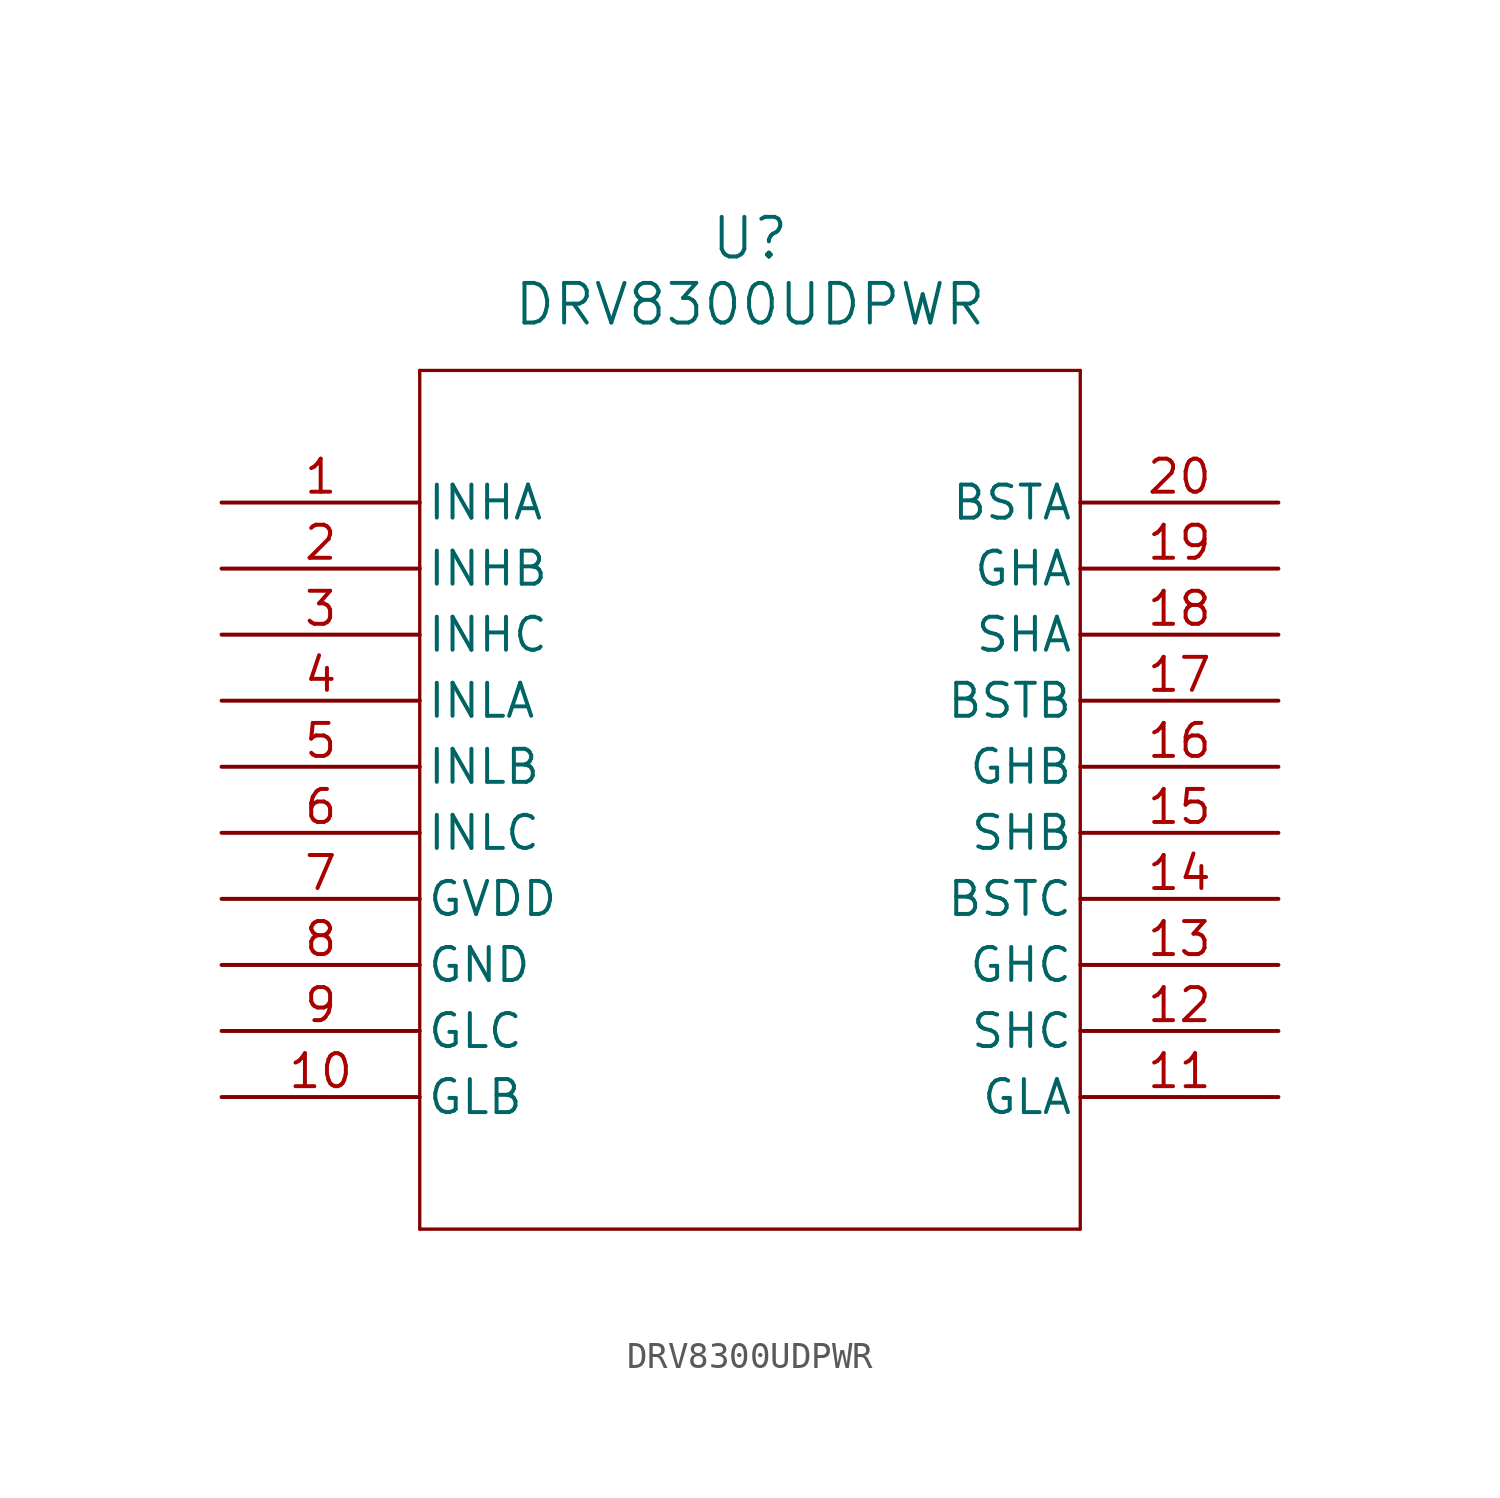
<source format=kicad_sym>
(kicad_symbol_lib
  (version 20211014)
  (generator kicad_symbol_editor)
  (symbol "DRV8300UDPWR"
    (pin_names
      (offset 0.254))
    (property "Reference" "U"
      (at 20.32 10.16 0)
      (effects (font (size 1.524 1.524))))
    (property "Value" "DRV8300UDPWR"
      (at 20.32 7.62 0)
      (effects (font (size 1.524 1.524))))
    (polyline
      (pts (xy 7.62 5.08) (xy 7.62 -27.94))
      (stroke (width 0.127) (type default) (color 0 0 0 0))
      (fill (type none)))
    (polyline
      (pts (xy 7.62 -27.94) (xy 33.02 -27.94))
      (stroke (width 0.127) (type default) (color 0 0 0 0))
      (fill (type none)))
    (polyline
      (pts (xy 33.02 -27.94) (xy 33.02 5.08))
      (stroke (width 0.127) (type default) (color 0 0 0 0))
      (fill (type none)))
    (polyline
      (pts (xy 33.02 5.08) (xy 7.62 5.08))
      (stroke (width 0.127) (type default) (color 0 0 0 0))
      (fill (type none)))
    (pin input line
      (at 0 0 0)
      (length 7.62)
      (name "INHA" (effects (font (size 1.27 1.27))))
      (number "1" (effects (font (size 1.27 1.27)))))
    (pin input line
      (at 0 -2.54 0)
      (length 7.62)
      (name "INHB" (effects (font (size 1.27 1.27))))
      (number "2" (effects (font (size 1.27 1.27)))))
    (pin input line
      (at 0 -5.08 0)
      (length 7.62)
      (name "INHC" (effects (font (size 1.27 1.27))))
      (number "3" (effects (font (size 1.27 1.27)))))
    (pin input line
      (at 0 -7.62 0)
      (length 7.62)
      (name "INLA" (effects (font (size 1.27 1.27))))
      (number "4" (effects (font (size 1.27 1.27)))))
    (pin input line
      (at 0 -10.16 0)
      (length 7.62)
      (name "INLB" (effects (font (size 1.27 1.27))))
      (number "5" (effects (font (size 1.27 1.27)))))
    (pin input line
      (at 0 -12.7 0)
      (length 7.62)
      (name "INLC" (effects (font (size 1.27 1.27))))
      (number "6" (effects (font (size 1.27 1.27)))))
    (pin power_in line
      (at 0 -15.24 0)
      (length 7.62)
      (name "GVDD" (effects (font (size 1.27 1.27))))
      (number "7" (effects (font (size 1.27 1.27)))))
    (pin power_out line
      (at 0 -17.78 0)
      (length 7.62)
      (name "GND" (effects (font (size 1.27 1.27))))
      (number "8" (effects (font (size 1.27 1.27)))))
    (pin output line
      (at 0 -20.32 0)
      (length 7.62)
      (name "GLC" (effects (font (size 1.27 1.27))))
      (number "9" (effects (font (size 1.27 1.27)))))
    (pin output line
      (at 0 -22.86 0)
      (length 7.62)
      (name "GLB" (effects (font (size 1.27 1.27))))
      (number "10" (effects (font (size 1.27 1.27)))))
    (pin output line
      (at 40.64 -22.86 180)
      (length 7.62)
      (name "GLA" (effects (font (size 1.27 1.27))))
      (number "11" (effects (font (size 1.27 1.27)))))
    (pin input line
      (at 40.64 -20.32 180)
      (length 7.62)
      (name "SHC" (effects (font (size 1.27 1.27))))
      (number "12" (effects (font (size 1.27 1.27)))))
    (pin output line
      (at 40.64 -17.78 180)
      (length 7.62)
      (name "GHC" (effects (font (size 1.27 1.27))))
      (number "13" (effects (font (size 1.27 1.27)))))
    (pin unspecified line
      (at 40.64 -15.24 180)
      (length 7.62)
      (name "BSTC" (effects (font (size 1.27 1.27))))
      (number "14" (effects (font (size 1.27 1.27)))))
    (pin input line
      (at 40.64 -12.7 180)
      (length 7.62)
      (name "SHB" (effects (font (size 1.27 1.27))))
      (number "15" (effects (font (size 1.27 1.27)))))
    (pin output line
      (at 40.64 -10.16 180)
      (length 7.62)
      (name "GHB" (effects (font (size 1.27 1.27))))
      (number "16" (effects (font (size 1.27 1.27)))))
    (pin output line
      (at 40.64 -7.62 180)
      (length 7.62)
      (name "BSTB" (effects (font (size 1.27 1.27))))
      (number "17" (effects (font (size 1.27 1.27)))))
    (pin input line
      (at 40.64 -5.08 180)
      (length 7.62)
      (name "SHA" (effects (font (size 1.27 1.27))))
      (number "18" (effects (font (size 1.27 1.27)))))
    (pin output line
      (at 40.64 -2.54 180)
      (length 7.62)
      (name "GHA" (effects (font (size 1.27 1.27))))
      (number "19" (effects (font (size 1.27 1.27)))))
    (pin output line
      (at 40.64 0 180)
      (length 7.62)
      (name "BSTA" (effects (font (size 1.27 1.27))))
      (number "20" (effects (font (size 1.27 1.27)))))))
</source>
